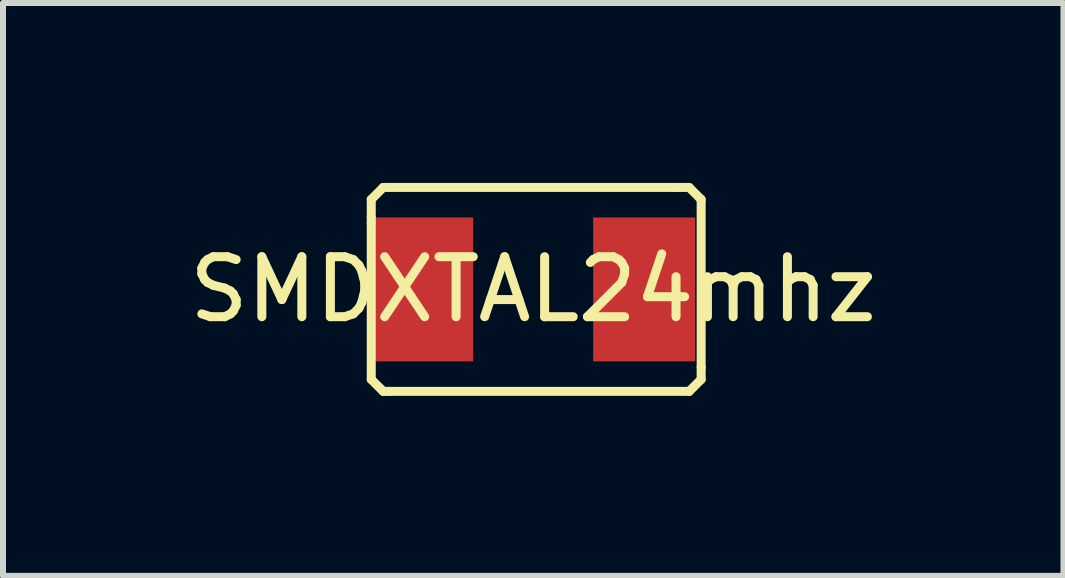
<source format=kicad_pcb>
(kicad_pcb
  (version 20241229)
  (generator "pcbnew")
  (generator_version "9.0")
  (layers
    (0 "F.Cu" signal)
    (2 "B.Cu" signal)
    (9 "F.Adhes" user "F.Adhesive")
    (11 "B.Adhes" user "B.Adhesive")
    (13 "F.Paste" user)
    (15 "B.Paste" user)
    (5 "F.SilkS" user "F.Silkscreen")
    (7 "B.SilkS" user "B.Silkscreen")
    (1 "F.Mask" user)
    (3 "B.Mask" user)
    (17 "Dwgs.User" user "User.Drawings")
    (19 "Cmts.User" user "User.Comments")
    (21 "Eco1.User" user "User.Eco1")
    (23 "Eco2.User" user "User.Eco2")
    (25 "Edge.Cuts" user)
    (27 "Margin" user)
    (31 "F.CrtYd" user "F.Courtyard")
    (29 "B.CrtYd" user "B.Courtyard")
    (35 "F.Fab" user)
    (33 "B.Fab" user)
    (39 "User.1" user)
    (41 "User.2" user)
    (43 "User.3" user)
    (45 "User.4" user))
  (footprint "SMDXTAL24mhz"
    (layer "F.Cu")
    (at 5.839 1.775)
    (property "Reference" "SMDXTAL24mhz" (at 0 0 0) (layer "F.SilkS") (effects (font (size 1 1) (thickness 0.15))))
    (attr through_hole)
    (fp_line (start -2.7 -1.5) (end -2.5 -1.7) (stroke (width 0.15) (type solid)) (layer "F.SilkS"))
    (fp_line (start -2.7 -1.2) (end -2.7 -1.5) (stroke (width 0.15) (type solid)) (layer "F.SilkS"))
    (fp_line (start -2.7 -1.1) (end -2.7 -1.2) (stroke (width 0.15) (type solid)) (layer "F.SilkS"))
    (fp_line (start -2.7 1.5) (end -2.7 -1.1) (stroke (width 0.15) (type solid)) (layer "F.SilkS"))
    (fp_line (start -2.5 -1.7) (end 2.4 -1.7) (stroke (width 0.15) (type solid)) (layer "F.SilkS"))
    (fp_line (start -2.5 1.7) (end -2.7 1.5) (stroke (width 0.15) (type solid)) (layer "F.SilkS"))
    (fp_line (start -2.4 1.7) (end -2.5 1.7) (stroke (width 0.15) (type solid)) (layer "F.SilkS"))
    (fp_line (start 2.4 -1.7) (end 2.6 -1.7) (stroke (width 0.15) (type solid)) (layer "F.SilkS"))
    (fp_line (start 2.6 -1.7) (end 2.8 -1.5) (stroke (width 0.15) (type solid)) (layer "F.SilkS"))
    (fp_line (start 2.6 1.7) (end -2.4 1.7) (stroke (width 0.15) (type solid)) (layer "F.SilkS"))
    (fp_line (start 2.8 -1.5) (end 2.8 1.3) (stroke (width 0.15) (type solid)) (layer "F.SilkS"))
    (fp_line (start 2.8 1.3) (end 2.8 1.5) (stroke (width 0.15) (type solid)) (layer "F.SilkS"))
    (fp_line (start 2.8 1.5) (end 2.6 1.7) (stroke (width 0.15) (type solid)) (layer "F.SilkS"))
    (pad "1" smd rect (at -1.85 0) (size 1.7 2.4) (layers "F.Cu" "F.Mask" "F.Paste"))
    (pad "2" smd rect (at 1.85 0) (size 1.7 2.4) (layers "F.Cu" "F.Mask" "F.Paste")))
  (gr_rect
    (start -3 -3)
    (end 14.679 6.55)
    (stroke (width 0.1) (type default))
    (fill no)
    (layer "Edge.Cuts")))
</source>
